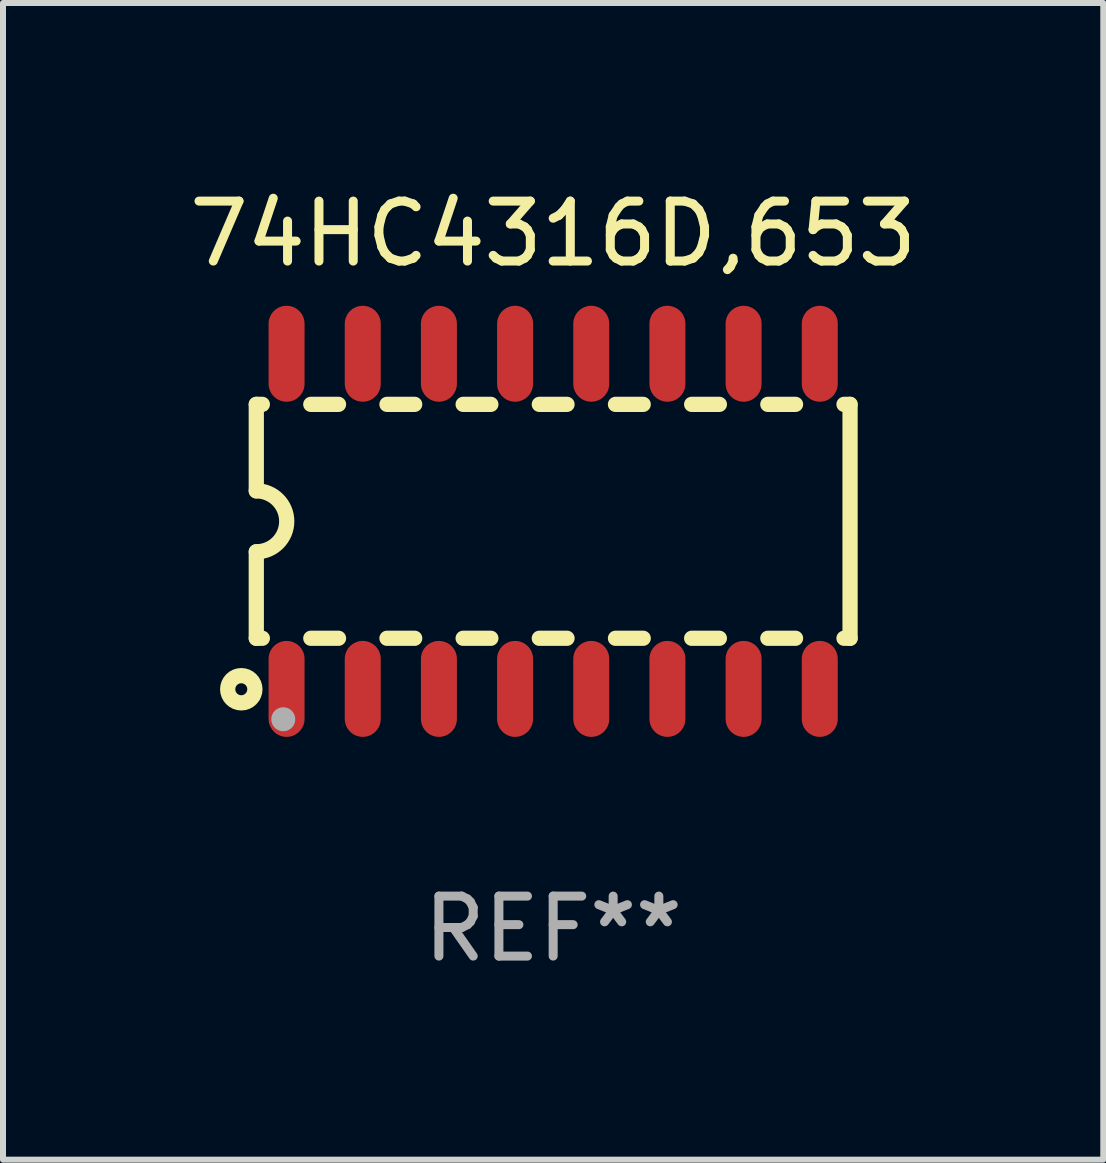
<source format=kicad_pcb>
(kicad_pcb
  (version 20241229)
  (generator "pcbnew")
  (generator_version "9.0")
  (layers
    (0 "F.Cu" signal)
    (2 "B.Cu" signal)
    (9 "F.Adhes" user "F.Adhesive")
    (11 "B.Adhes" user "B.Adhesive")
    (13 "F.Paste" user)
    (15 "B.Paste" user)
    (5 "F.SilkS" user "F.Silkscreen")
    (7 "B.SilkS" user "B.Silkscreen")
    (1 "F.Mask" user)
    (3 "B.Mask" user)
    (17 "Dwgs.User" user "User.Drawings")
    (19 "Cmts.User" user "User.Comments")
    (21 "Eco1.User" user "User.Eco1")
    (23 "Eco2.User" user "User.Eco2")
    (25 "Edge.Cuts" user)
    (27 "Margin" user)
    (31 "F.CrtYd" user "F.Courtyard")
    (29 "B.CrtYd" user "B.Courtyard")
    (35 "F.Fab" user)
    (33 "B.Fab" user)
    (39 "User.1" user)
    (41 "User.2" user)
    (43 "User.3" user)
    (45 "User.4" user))
  (footprint "74HC4316D,653"
    (layer "F.Cu")
    (at 6.173 5.642)
    (property "Reference" "74HC4316D,653" (at 0 -4.794 0) (layer "F.SilkS") (effects (font (size 1 1) (thickness 0.15))))
    (attr through_hole)
    (fp_line (start -4.95 -1.95) (end -4.95 -0.508) (stroke (width 0.254) (type solid)) (layer "F.SilkS"))
    (fp_line (start -4.95 -1.95) (end -4.849 -1.95) (stroke (width 0.254) (type solid)) (layer "F.SilkS"))
    (fp_line (start -4.95 1.95) (end -4.95 0.508) (stroke (width 0.254) (type solid)) (layer "F.SilkS"))
    (fp_line (start -4.95 1.95) (end -4.849 1.95) (stroke (width 0.254) (type solid)) (layer "F.SilkS"))
    (fp_line (start -4.041 -1.95) (end -3.579 -1.95) (stroke (width 0.254) (type solid)) (layer "F.SilkS"))
    (fp_line (start -4.041 1.95) (end -3.579 1.95) (stroke (width 0.254) (type solid)) (layer "F.SilkS"))
    (fp_line (start -2.771 -1.95) (end -2.309 -1.95) (stroke (width 0.254) (type solid)) (layer "F.SilkS"))
    (fp_line (start -2.771 1.95) (end -2.309 1.95) (stroke (width 0.254) (type solid)) (layer "F.SilkS"))
    (fp_line (start -1.501 -1.95) (end -1.039 -1.95) (stroke (width 0.254) (type solid)) (layer "F.SilkS"))
    (fp_line (start -1.501 1.95) (end -1.039 1.95) (stroke (width 0.254) (type solid)) (layer "F.SilkS"))
    (fp_line (start -0.231 -1.95) (end 0.231 -1.95) (stroke (width 0.254) (type solid)) (layer "F.SilkS"))
    (fp_line (start -0.231 1.95) (end 0.231 1.95) (stroke (width 0.254) (type solid)) (layer "F.SilkS"))
    (fp_line (start 1.039 -1.95) (end 1.501 -1.95) (stroke (width 0.254) (type solid)) (layer "F.SilkS"))
    (fp_line (start 1.039 1.95) (end 1.501 1.95) (stroke (width 0.254) (type solid)) (layer "F.SilkS"))
    (fp_line (start 2.309 -1.95) (end 2.771 -1.95) (stroke (width 0.254) (type solid)) (layer "F.SilkS"))
    (fp_line (start 2.309 1.95) (end 2.771 1.95) (stroke (width 0.254) (type solid)) (layer "F.SilkS"))
    (fp_line (start 3.579 -1.95) (end 4.041 -1.95) (stroke (width 0.254) (type solid)) (layer "F.SilkS"))
    (fp_line (start 3.579 1.95) (end 4.041 1.95) (stroke (width 0.254) (type solid)) (layer "F.SilkS"))
    (fp_line (start 4.849 -1.95) (end 4.95 -1.95) (stroke (width 0.254) (type solid)) (layer "F.SilkS"))
    (fp_line (start 4.849 1.95) (end 4.95 1.95) (stroke (width 0.254) (type solid)) (layer "F.SilkS"))
    (fp_line (start 4.95 -1.95) (end 4.95 1.95) (stroke (width 0.254) (type solid)) (layer "F.SilkS"))
    (fp_arc (start -4.95047 -0.508001) (mid -4.442469 -0.000228) (end -4.950013 0.508001) (stroke (width 0.254001) (type solid)) (layer "F.SilkS"))
    (fp_circle (center -5.2 2.8) (end -5.1 2.8) (stroke (width 0.254) (type solid)) (fill no) (layer "F.SilkS"))
    (fp_circle (center -4.95 2.947) (end -4.92 2.947) (stroke (width 0.06) (type solid)) (fill no) (layer "F.SilkS"))
    (fp_circle (center -4.5 3.3) (end -4.4 3.3) (stroke (width 0.2) (type solid)) (fill no) (layer "F.Fab"))
    (fp_text user "REF**" (at 0 6.794 0) (layer "F.Fab") (effects (font (size 1 1) (thickness 0.15))))
    (pad "1" smd oval (at -4.445 2.794) (size 0.6 1.6) (layers "F.Cu" "F.Mask" "F.Paste"))
    (pad "2" smd oval (at -3.175 2.794) (size 0.6 1.6) (layers "F.Cu" "F.Mask" "F.Paste"))
    (pad "3" smd oval (at -1.905 2.794) (size 0.6 1.6) (layers "F.Cu" "F.Mask" "F.Paste"))
    (pad "4" smd oval (at -0.635 2.794) (size 0.6 1.6) (layers "F.Cu" "F.Mask" "F.Paste"))
    (pad "5" smd oval (at 0.635 2.794) (size 0.6 1.6) (layers "F.Cu" "F.Mask" "F.Paste"))
    (pad "6" smd oval (at 1.905 2.794) (size 0.6 1.6) (layers "F.Cu" "F.Mask" "F.Paste"))
    (pad "7" smd oval (at 3.175 2.794) (size 0.6 1.6) (layers "F.Cu" "F.Mask" "F.Paste"))
    (pad "8" smd oval (at 4.445 2.794) (size 0.6 1.6) (layers "F.Cu" "F.Mask" "F.Paste"))
    (pad "9" smd oval (at 4.445 -2.794) (size 0.6 1.6) (layers "F.Cu" "F.Mask" "F.Paste"))
    (pad "10" smd oval (at 3.175 -2.794) (size 0.6 1.6) (layers "F.Cu" "F.Mask" "F.Paste"))
    (pad "11" smd oval (at 1.905 -2.794) (size 0.6 1.6) (layers "F.Cu" "F.Mask" "F.Paste"))
    (pad "12" smd oval (at 0.635 -2.794) (size 0.6 1.6) (layers "F.Cu" "F.Mask" "F.Paste"))
    (pad "13" smd oval (at -0.635 -2.794) (size 0.6 1.6) (layers "F.Cu" "F.Mask" "F.Paste"))
    (pad "14" smd oval (at -1.905 -2.794) (size 0.6 1.6) (layers "F.Cu" "F.Mask" "F.Paste"))
    (pad "15" smd oval (at -3.175 -2.794) (size 0.6 1.6) (layers "F.Cu" "F.Mask" "F.Paste"))
    (pad "16" smd oval (at -4.445 -2.794) (size 0.6 1.6) (layers "F.Cu" "F.Mask" "F.Paste")))
  (gr_rect
    (start -3 -3)
    (end 15.345 16.285)
    (stroke (width 0.1) (type default))
    (fill no)
    (layer "Edge.Cuts")))
</source>
